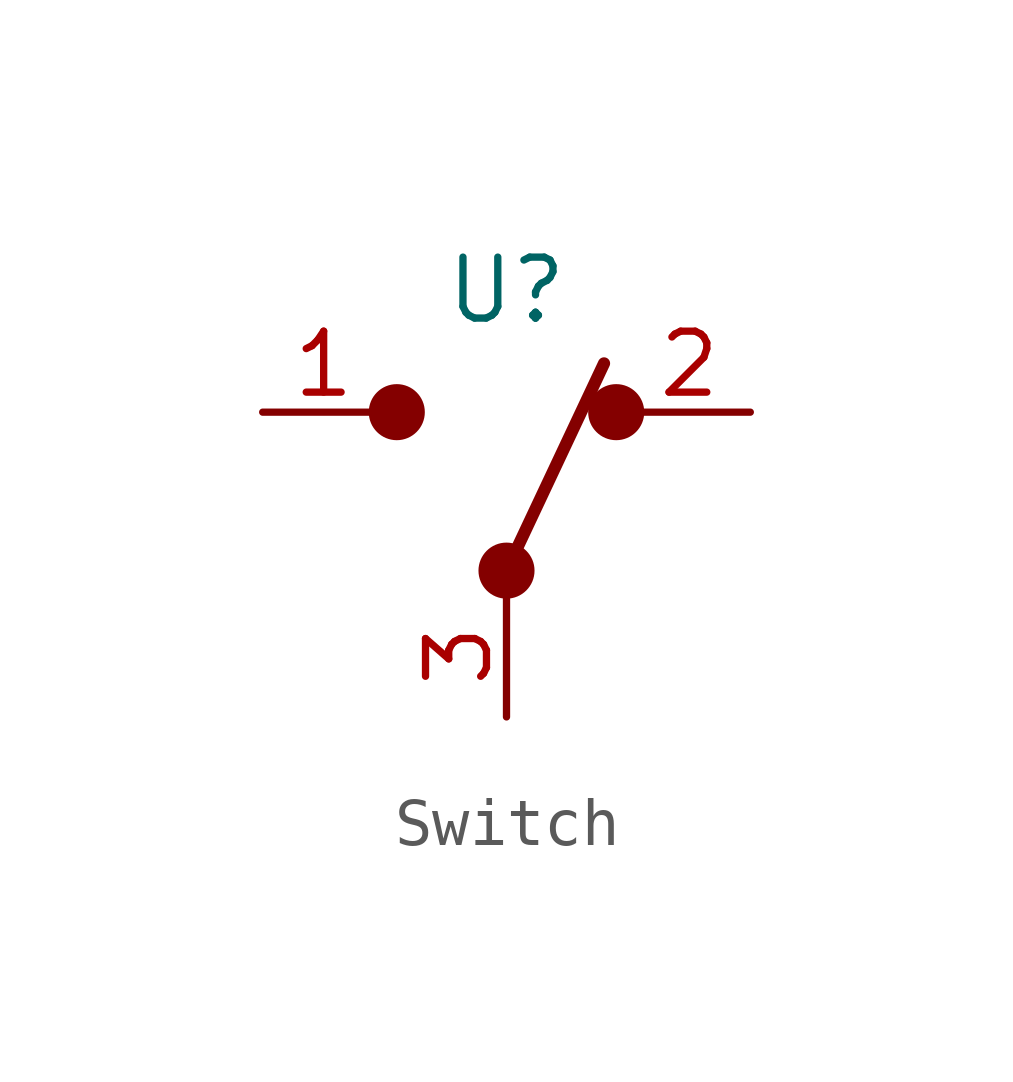
<source format=kicad_sym>
(kicad_symbol_lib
  (version 20241209)
  (generator "kicad_symbol_editor")
  (generator_version "9.0")
  (symbol "Switch"
    (property "Reference" "U"
      (at 0 0 0)
      (effects (font (size 1.27 1.27))))
    (property "Value" ""
      (at 0 0 0)
      (effects (font (size 1.27 1.27))))
    (symbol "Switch_1_1"
      (circle (center -2.286 -2.54) (radius 0.508) (stroke (width 0) (type solid)) (fill (type outline)))
      (polyline (pts (xy 0 -5.842) (xy 2.032 -1.524)) (stroke (width 0.254) (type default)) (fill (type none)))
      (circle (center 0 -5.842) (radius 0.508) (stroke (width 0) (type solid)) (fill (type outline)))
      (circle (center 2.286 -2.54) (radius 0.508) (stroke (width 0) (type solid)) (fill (type outline)))
      (pin passive line (at -5.08 -2.54 0) (length 2.54) (name "" (effects (font (size 1.27 1.27)))) (number "1" (effects (font (size 1.27 1.27)))))
      (pin passive line (at 0 -8.89 90) (length 2.54) (name "" (effects (font (size 1.27 1.27)))) (number "3" (effects (font (size 1.27 1.27)))))
      (pin passive line (at 5.08 -2.54 180) (length 2.54) (name "" (effects (font (size 1.27 1.27)))) (number "2" (effects (font (size 1.27 1.27))))))))
</source>
